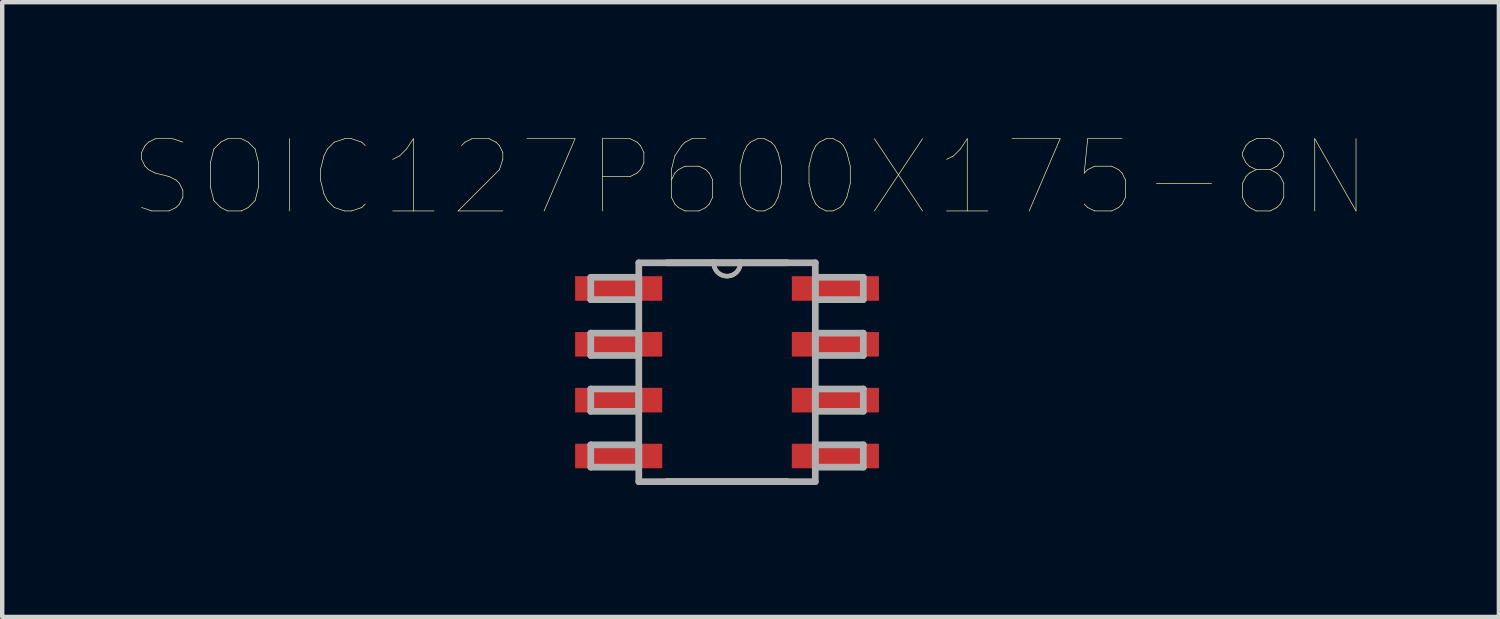
<source format=kicad_pcb>
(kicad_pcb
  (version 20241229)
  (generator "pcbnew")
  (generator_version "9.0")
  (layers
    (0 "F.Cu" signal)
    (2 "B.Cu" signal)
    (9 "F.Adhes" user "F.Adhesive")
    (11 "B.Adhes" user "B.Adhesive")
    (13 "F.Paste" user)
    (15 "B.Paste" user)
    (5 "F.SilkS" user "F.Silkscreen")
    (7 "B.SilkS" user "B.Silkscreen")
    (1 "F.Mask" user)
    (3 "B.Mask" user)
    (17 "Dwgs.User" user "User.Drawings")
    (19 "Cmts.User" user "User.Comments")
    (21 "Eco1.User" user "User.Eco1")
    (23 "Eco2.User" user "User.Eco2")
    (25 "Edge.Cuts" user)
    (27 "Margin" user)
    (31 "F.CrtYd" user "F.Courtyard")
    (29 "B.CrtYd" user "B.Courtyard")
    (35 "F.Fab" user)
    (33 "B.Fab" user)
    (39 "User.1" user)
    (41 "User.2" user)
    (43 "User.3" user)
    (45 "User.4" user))
  (footprint "SOIC127P600X175-8N"
    (layer "F.Cu")
    (at 13.484 5.415)
    (property "Reference" "SOIC127P600X175-8N" (at 0.534 -4.427 0) (layer "F.SilkS") (effects (font (size 1.643 1.643) (thickness 0.015))))
    (attr through_hole)
    (fp_line (start -1.372 2.489) (end 1.372 2.489) (stroke (width 0.152) (type solid)) (layer "F.SilkS"))
    (fp_line (start -0.305 -2.489) (end -1.372 -2.489) (stroke (width 0.152) (type solid)) (layer "F.SilkS"))
    (fp_line (start 0.305 -2.489) (end -0.305 -2.489) (stroke (width 0.152) (type solid)) (layer "F.SilkS"))
    (fp_line (start 1.372 -2.489) (end 0.305 -2.489) (stroke (width 0.152) (type solid)) (layer "F.SilkS"))
    (fp_arc (start 0.3048 -2.4892) (mid 0 -2.1844) (end -0.3048 -2.4892) (stroke (width 0.1) (type solid)) (layer "F.SilkS"))
    (fp_line (start -3.099 -2.159) (end -3.099 -1.651) (stroke (width 0.152) (type solid)) (layer "F.Fab"))
    (fp_line (start -3.099 -1.651) (end -2.007 -1.651) (stroke (width 0.152) (type solid)) (layer "F.Fab"))
    (fp_line (start -3.099 -0.889) (end -3.099 -0.381) (stroke (width 0.152) (type solid)) (layer "F.Fab"))
    (fp_line (start -3.099 -0.381) (end -2.007 -0.381) (stroke (width 0.152) (type solid)) (layer "F.Fab"))
    (fp_line (start -3.099 0.381) (end -3.099 0.889) (stroke (width 0.152) (type solid)) (layer "F.Fab"))
    (fp_line (start -3.099 0.889) (end -2.007 0.889) (stroke (width 0.152) (type solid)) (layer "F.Fab"))
    (fp_line (start -3.099 1.651) (end -3.099 2.159) (stroke (width 0.152) (type solid)) (layer "F.Fab"))
    (fp_line (start -3.099 2.159) (end -2.007 2.159) (stroke (width 0.152) (type solid)) (layer "F.Fab"))
    (fp_line (start -2.007 -2.489) (end -2.007 2.489) (stroke (width 0.152) (type solid)) (layer "F.Fab"))
    (fp_line (start -2.007 -2.159) (end -3.099 -2.159) (stroke (width 0.152) (type solid)) (layer "F.Fab"))
    (fp_line (start -2.007 -1.651) (end -2.007 -2.159) (stroke (width 0.152) (type solid)) (layer "F.Fab"))
    (fp_line (start -2.007 -0.889) (end -3.099 -0.889) (stroke (width 0.152) (type solid)) (layer "F.Fab"))
    (fp_line (start -2.007 -0.381) (end -2.007 -0.889) (stroke (width 0.152) (type solid)) (layer "F.Fab"))
    (fp_line (start -2.007 0.381) (end -3.099 0.381) (stroke (width 0.152) (type solid)) (layer "F.Fab"))
    (fp_line (start -2.007 0.889) (end -2.007 0.381) (stroke (width 0.152) (type solid)) (layer "F.Fab"))
    (fp_line (start -2.007 1.651) (end -3.099 1.651) (stroke (width 0.152) (type solid)) (layer "F.Fab"))
    (fp_line (start -2.007 2.159) (end -2.007 1.651) (stroke (width 0.152) (type solid)) (layer "F.Fab"))
    (fp_line (start -2.007 2.489) (end 2.007 2.489) (stroke (width 0.152) (type solid)) (layer "F.Fab"))
    (fp_line (start -0.305 -2.489) (end -2.007 -2.489) (stroke (width 0.152) (type solid)) (layer "F.Fab"))
    (fp_line (start 0.305 -2.489) (end -0.305 -2.489) (stroke (width 0.152) (type solid)) (layer "F.Fab"))
    (fp_line (start 2.007 -2.489) (end 0.305 -2.489) (stroke (width 0.152) (type solid)) (layer "F.Fab"))
    (fp_line (start 2.007 -2.159) (end 2.007 -1.651) (stroke (width 0.152) (type solid)) (layer "F.Fab"))
    (fp_line (start 2.007 -1.651) (end 3.099 -1.651) (stroke (width 0.152) (type solid)) (layer "F.Fab"))
    (fp_line (start 2.007 -0.889) (end 2.007 -0.381) (stroke (width 0.152) (type solid)) (layer "F.Fab"))
    (fp_line (start 2.007 -0.381) (end 3.099 -0.381) (stroke (width 0.152) (type solid)) (layer "F.Fab"))
    (fp_line (start 2.007 0.381) (end 2.007 0.889) (stroke (width 0.152) (type solid)) (layer "F.Fab"))
    (fp_line (start 2.007 0.889) (end 3.099 0.889) (stroke (width 0.152) (type solid)) (layer "F.Fab"))
    (fp_line (start 2.007 1.651) (end 2.007 2.159) (stroke (width 0.152) (type solid)) (layer "F.Fab"))
    (fp_line (start 2.007 2.159) (end 3.099 2.159) (stroke (width 0.152) (type solid)) (layer "F.Fab"))
    (fp_line (start 2.007 2.489) (end 2.007 -2.489) (stroke (width 0.152) (type solid)) (layer "F.Fab"))
    (fp_line (start 3.099 -2.159) (end 2.007 -2.159) (stroke (width 0.152) (type solid)) (layer "F.Fab"))
    (fp_line (start 3.099 -1.651) (end 3.099 -2.159) (stroke (width 0.152) (type solid)) (layer "F.Fab"))
    (fp_line (start 3.099 -0.889) (end 2.007 -0.889) (stroke (width 0.152) (type solid)) (layer "F.Fab"))
    (fp_line (start 3.099 -0.381) (end 3.099 -0.889) (stroke (width 0.152) (type solid)) (layer "F.Fab"))
    (fp_line (start 3.099 0.381) (end 2.007 0.381) (stroke (width 0.152) (type solid)) (layer "F.Fab"))
    (fp_line (start 3.099 0.889) (end 3.099 0.381) (stroke (width 0.152) (type solid)) (layer "F.Fab"))
    (fp_line (start 3.099 1.651) (end 2.007 1.651) (stroke (width 0.152) (type solid)) (layer "F.Fab"))
    (fp_line (start 3.099 2.159) (end 3.099 1.651) (stroke (width 0.152) (type solid)) (layer "F.Fab"))
    (fp_arc (start 0.3048 -2.4892) (mid 0 -2.1844) (end -0.3048 -2.4892) (stroke (width 0.1) (type solid)) (layer "F.Fab"))
    (pad "1" smd rect (at -2.464 -1.905) (size 1.981 0.559) (layers "F.Cu" "F.Mask" "F.Paste"))
    (pad "2" smd rect (at -2.464 -0.635) (size 1.981 0.559) (layers "F.Cu" "F.Mask" "F.Paste"))
    (pad "3" smd rect (at -2.464 0.635) (size 1.981 0.559) (layers "F.Cu" "F.Mask" "F.Paste"))
    (pad "4" smd rect (at -2.464 1.905) (size 1.981 0.559) (layers "F.Cu" "F.Mask" "F.Paste"))
    (pad "5" smd rect (at 2.464 1.905) (size 1.981 0.559) (layers "F.Cu" "F.Mask" "F.Paste"))
    (pad "6" smd rect (at 2.464 0.635) (size 1.981 0.559) (layers "F.Cu" "F.Mask" "F.Paste"))
    (pad "7" smd rect (at 2.464 -0.635) (size 1.981 0.559) (layers "F.Cu" "F.Mask" "F.Paste"))
    (pad "8" smd rect (at 2.464 -1.905) (size 1.981 0.559) (layers "F.Cu" "F.Mask" "F.Paste")))
  (gr_rect
    (start -3 -3)
    (end 31.037 10.98)
    (stroke (width 0.1) (type default))
    (fill no)
    (layer "Edge.Cuts")))
</source>
